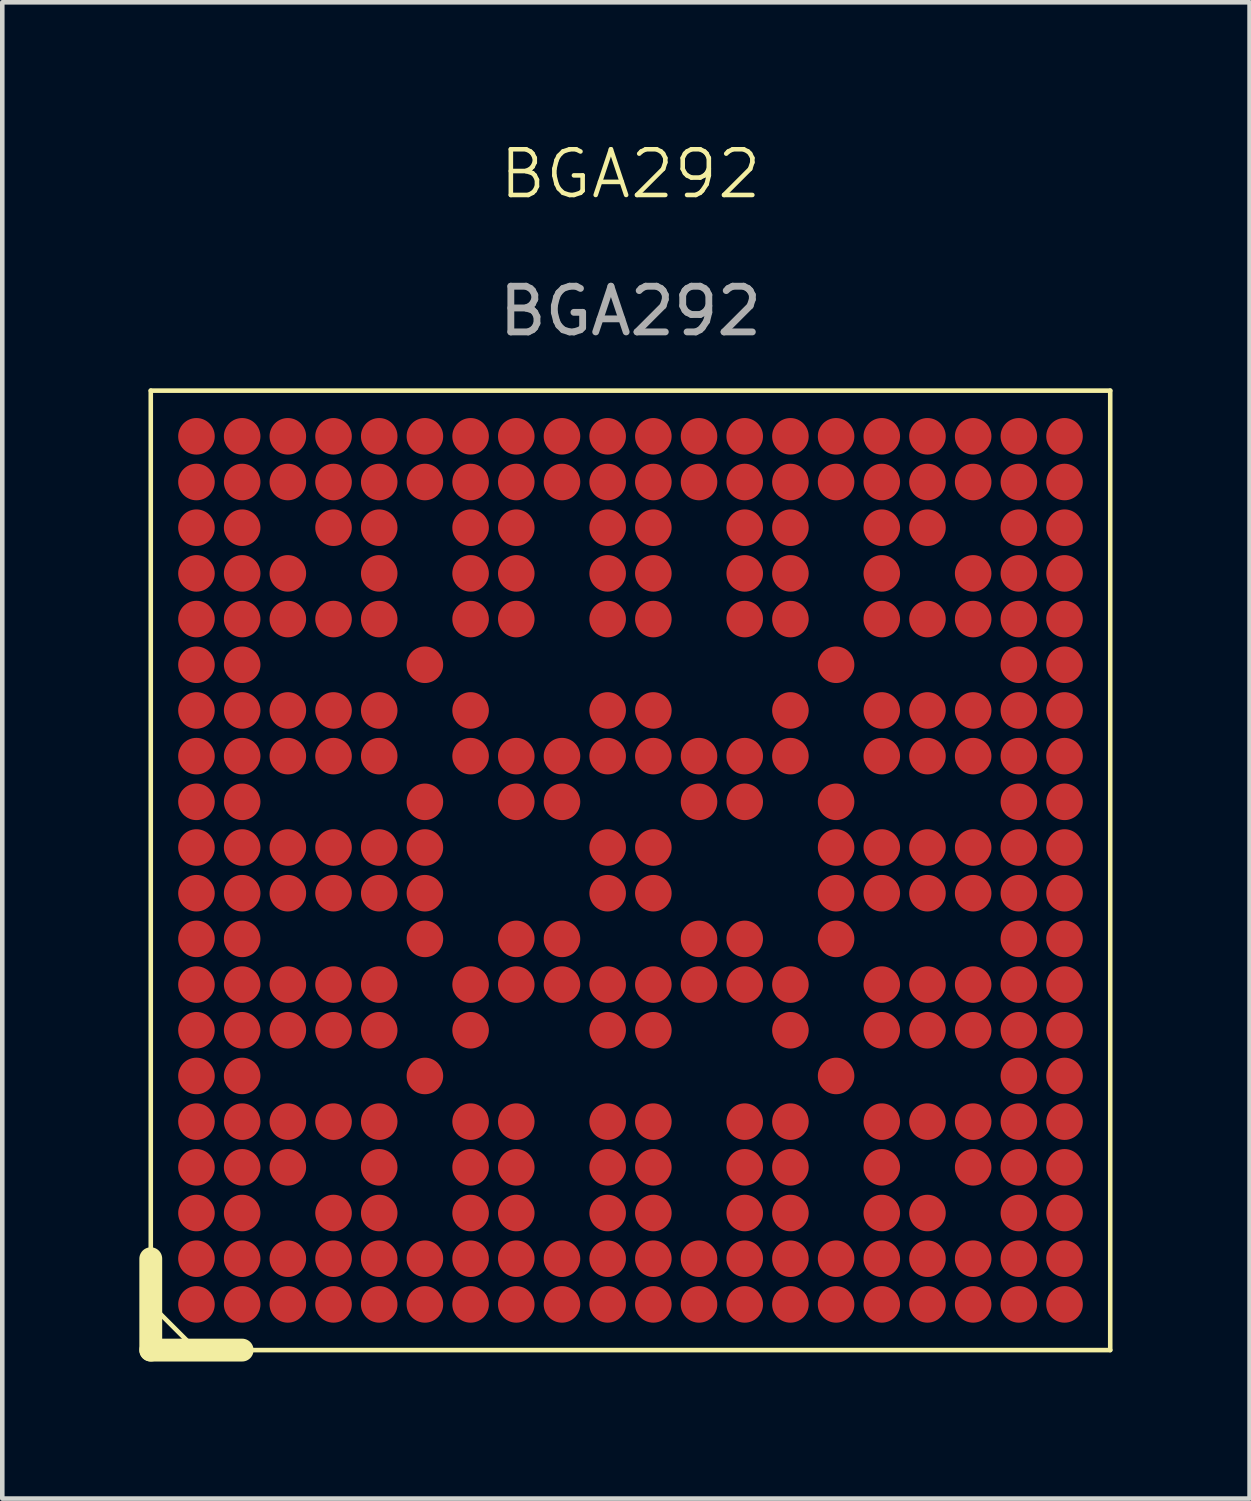
<source format=kicad_pcb>
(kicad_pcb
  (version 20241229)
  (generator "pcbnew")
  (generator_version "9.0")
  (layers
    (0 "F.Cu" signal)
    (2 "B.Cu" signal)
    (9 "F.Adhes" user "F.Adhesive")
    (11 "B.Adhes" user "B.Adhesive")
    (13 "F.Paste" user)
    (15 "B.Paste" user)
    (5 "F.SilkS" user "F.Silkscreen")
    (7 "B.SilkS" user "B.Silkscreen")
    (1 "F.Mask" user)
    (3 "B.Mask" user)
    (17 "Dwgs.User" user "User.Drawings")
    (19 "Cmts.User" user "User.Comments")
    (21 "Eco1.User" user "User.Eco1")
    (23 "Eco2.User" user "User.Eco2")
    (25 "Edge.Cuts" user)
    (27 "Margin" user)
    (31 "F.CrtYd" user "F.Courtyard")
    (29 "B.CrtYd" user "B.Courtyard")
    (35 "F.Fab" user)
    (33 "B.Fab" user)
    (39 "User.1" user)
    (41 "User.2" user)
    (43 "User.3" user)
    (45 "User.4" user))
  (footprint "BGA292"
    (layer "F.Cu")
    (at 10.75 16)
    (property "Reference" "BGA292" (at 0 -15.24 0) (unlocked yes) (layer "F.SilkS") (effects (font (size 1 1) (thickness 0.1))))
    (attr smd)
    (fp_line (start -10.5 -10.5) (end 10.5 -10.5) (stroke (width 0.1) (type default)) (layer "F.SilkS"))
    (fp_line (start -10.5 8.5) (end -10.5 10.5) (stroke (width 0.5) (type solid)) (layer "F.SilkS"))
    (fp_line (start -10.5 9.5) (end -10.5 -10.5) (stroke (width 0.1) (type default)) (layer "F.SilkS"))
    (fp_line (start -10.5 9.5) (end -9.5 10.5) (stroke (width 0.1) (type default)) (layer "F.SilkS"))
    (fp_line (start -8.5 10.5) (end -10.5 10.5) (stroke (width 0.5) (type solid)) (layer "F.SilkS"))
    (fp_line (start 10.5 -10.5) (end 10.5 10.5) (stroke (width 0.1) (type default)) (layer "F.SilkS"))
    (fp_line (start 10.5 10.5) (end -9.5 10.5) (stroke (width 0.1) (type default)) (layer "F.SilkS"))
    (fp_text user "${REFERENCE}" (at 0 -12.24 0) (unlocked yes) (layer "F.Fab") (effects (font (size 1 1) (thickness 0.15))))
    (pad "A1" smd circle (at -9.5 9.5) (size 0.8 0.8) (layers "F.Cu" "F.Mask" "F.Paste"))
    (pad "A2" smd circle (at -9.5 8.5) (size 0.8 0.8) (layers "F.Cu" "F.Mask" "F.Paste"))
    (pad "A3" smd circle (at -9.5 7.5) (size 0.8 0.8) (layers "F.Cu" "F.Mask" "F.Paste"))
    (pad "A4" smd circle (at -9.5 6.5) (size 0.8 0.8) (layers "F.Cu" "F.Mask" "F.Paste"))
    (pad "A5" smd circle (at -9.5 5.5) (size 0.8 0.8) (layers "F.Cu" "F.Mask" "F.Paste"))
    (pad "A6" smd circle (at -9.5 4.5) (size 0.8 0.8) (layers "F.Cu" "F.Mask" "F.Paste"))
    (pad "A7" smd circle (at -9.5 3.5) (size 0.8 0.8) (layers "F.Cu" "F.Mask" "F.Paste"))
    (pad "A8" smd circle (at -9.5 2.5) (size 0.8 0.8) (layers "F.Cu" "F.Mask" "F.Paste"))
    (pad "A9" smd circle (at -9.5 1.5) (size 0.8 0.8) (layers "F.Cu" "F.Mask" "F.Paste"))
    (pad "A10" smd circle (at -9.5 0.5) (size 0.8 0.8) (layers "F.Cu" "F.Mask" "F.Paste"))
    (pad "A11" smd circle (at -9.5 -0.5) (size 0.8 0.8) (layers "F.Cu" "F.Mask" "F.Paste"))
    (pad "A12" smd circle (at -9.5 -1.5) (size 0.8 0.8) (layers "F.Cu" "F.Mask" "F.Paste"))
    (pad "A13" smd circle (at -9.5 -2.5) (size 0.8 0.8) (layers "F.Cu" "F.Mask" "F.Paste"))
    (pad "A14" smd circle (at -9.5 -3.5) (size 0.8 0.8) (layers "F.Cu" "F.Mask" "F.Paste"))
    (pad "A15" smd circle (at -9.5 -4.5) (size 0.8 0.8) (layers "F.Cu" "F.Mask" "F.Paste"))
    (pad "A16" smd circle (at -9.5 -5.5) (size 0.8 0.8) (layers "F.Cu" "F.Mask" "F.Paste"))
    (pad "A17" smd circle (at -9.5 -6.5) (size 0.8 0.8) (layers "F.Cu" "F.Mask" "F.Paste"))
    (pad "A18" smd circle (at -9.5 -7.5) (size 0.8 0.8) (layers "F.Cu" "F.Mask" "F.Paste"))
    (pad "A19" smd circle (at -9.5 -8.5) (size 0.8 0.8) (layers "F.Cu" "F.Mask" "F.Paste"))
    (pad "A20" smd circle (at -9.5 -9.5) (size 0.8 0.8) (layers "F.Cu" "F.Mask" "F.Paste"))
    (pad "B1" smd circle (at -8.5 9.5) (size 0.8 0.8) (layers "F.Cu" "F.Mask" "F.Paste"))
    (pad "B2" smd circle (at -8.5 8.5) (size 0.8 0.8) (layers "F.Cu" "F.Mask" "F.Paste"))
    (pad "B3" smd circle (at -8.5 7.5) (size 0.8 0.8) (layers "F.Cu" "F.Mask" "F.Paste"))
    (pad "B4" smd circle (at -8.5 6.5) (size 0.8 0.8) (layers "F.Cu" "F.Mask" "F.Paste"))
    (pad "B5" smd circle (at -8.5 5.5) (size 0.8 0.8) (layers "F.Cu" "F.Mask" "F.Paste"))
    (pad "B6" smd circle (at -8.5 4.5) (size 0.8 0.8) (layers "F.Cu" "F.Mask" "F.Paste"))
    (pad "B7" smd circle (at -8.5 3.5) (size 0.8 0.8) (layers "F.Cu" "F.Mask" "F.Paste"))
    (pad "B8" smd circle (at -8.5 2.5) (size 0.8 0.8) (layers "F.Cu" "F.Mask" "F.Paste"))
    (pad "B9" smd circle (at -8.5 1.5) (size 0.8 0.8) (layers "F.Cu" "F.Mask" "F.Paste"))
    (pad "B10" smd circle (at -8.5 0.5) (size 0.8 0.8) (layers "F.Cu" "F.Mask" "F.Paste"))
    (pad "B11" smd circle (at -8.5 -0.5) (size 0.8 0.8) (layers "F.Cu" "F.Mask" "F.Paste"))
    (pad "B12" smd circle (at -8.5 -1.5) (size 0.8 0.8) (layers "F.Cu" "F.Mask" "F.Paste"))
    (pad "B13" smd circle (at -8.5 -2.5) (size 0.8 0.8) (layers "F.Cu" "F.Mask" "F.Paste"))
    (pad "B14" smd circle (at -8.5 -3.5) (size 0.8 0.8) (layers "F.Cu" "F.Mask" "F.Paste"))
    (pad "B15" smd circle (at -8.5 -4.5) (size 0.8 0.8) (layers "F.Cu" "F.Mask" "F.Paste"))
    (pad "B16" smd circle (at -8.5 -5.5) (size 0.8 0.8) (layers "F.Cu" "F.Mask" "F.Paste"))
    (pad "B17" smd circle (at -8.5 -6.5) (size 0.8 0.8) (layers "F.Cu" "F.Mask" "F.Paste"))
    (pad "B18" smd circle (at -8.5 -7.5) (size 0.8 0.8) (layers "F.Cu" "F.Mask" "F.Paste"))
    (pad "B19" smd circle (at -8.5 -8.5) (size 0.8 0.8) (layers "F.Cu" "F.Mask" "F.Paste"))
    (pad "B20" smd circle (at -8.5 -9.5) (size 0.8 0.8) (layers "F.Cu" "F.Mask" "F.Paste"))
    (pad "C1" smd circle (at -7.5 9.5) (size 0.8 0.8) (layers "F.Cu" "F.Mask" "F.Paste"))
    (pad "C2" smd circle (at -7.5 8.5) (size 0.8 0.8) (layers "F.Cu" "F.Mask" "F.Paste"))
    (pad "C4" smd circle (at -7.5 6.5) (size 0.8 0.8) (layers "F.Cu" "F.Mask" "F.Paste"))
    (pad "C5" smd circle (at -7.5 5.5) (size 0.8 0.8) (layers "F.Cu" "F.Mask" "F.Paste"))
    (pad "C7" smd circle (at -7.5 3.5) (size 0.8 0.8) (layers "F.Cu" "F.Mask" "F.Paste"))
    (pad "C8" smd circle (at -7.5 2.5) (size 0.8 0.8) (layers "F.Cu" "F.Mask" "F.Paste"))
    (pad "C10" smd circle (at -7.5 0.5) (size 0.8 0.8) (layers "F.Cu" "F.Mask" "F.Paste"))
    (pad "C11" smd circle (at -7.5 -0.5) (size 0.8 0.8) (layers "F.Cu" "F.Mask" "F.Paste"))
    (pad "C13" smd circle (at -7.5 -2.5) (size 0.8 0.8) (layers "F.Cu" "F.Mask" "F.Paste"))
    (pad "C14" smd circle (at -7.5 -3.5) (size 0.8 0.8) (layers "F.Cu" "F.Mask" "F.Paste"))
    (pad "C16" smd circle (at -7.5 -5.5) (size 0.8 0.8) (layers "F.Cu" "F.Mask" "F.Paste"))
    (pad "C17" smd circle (at -7.5 -6.5) (size 0.8 0.8) (layers "F.Cu" "F.Mask" "F.Paste"))
    (pad "C19" smd circle (at -7.5 -8.5) (size 0.8 0.8) (layers "F.Cu" "F.Mask" "F.Paste"))
    (pad "C20" smd circle (at -7.5 -9.5) (size 0.8 0.8) (layers "F.Cu" "F.Mask" "F.Paste"))
    (pad "D1" smd circle (at -6.5 9.5) (size 0.8 0.8) (layers "F.Cu" "F.Mask" "F.Paste"))
    (pad "D2" smd circle (at -6.5 8.5) (size 0.8 0.8) (layers "F.Cu" "F.Mask" "F.Paste"))
    (pad "D3" smd circle (at -6.5 7.5) (size 0.8 0.8) (layers "F.Cu" "F.Mask" "F.Paste"))
    (pad "D5" smd circle (at -6.5 5.5) (size 0.8 0.8) (layers "F.Cu" "F.Mask" "F.Paste"))
    (pad "D7" smd circle (at -6.5 3.5) (size 0.8 0.8) (layers "F.Cu" "F.Mask" "F.Paste"))
    (pad "D8" smd circle (at -6.5 2.5) (size 0.8 0.8) (layers "F.Cu" "F.Mask" "F.Paste"))
    (pad "D10" smd circle (at -6.5 0.5) (size 0.8 0.8) (layers "F.Cu" "F.Mask" "F.Paste"))
    (pad "D11" smd circle (at -6.5 -0.5) (size 0.8 0.8) (layers "F.Cu" "F.Mask" "F.Paste"))
    (pad "D13" smd circle (at -6.5 -2.5) (size 0.8 0.8) (layers "F.Cu" "F.Mask" "F.Paste"))
    (pad "D14" smd circle (at -6.5 -3.5) (size 0.8 0.8) (layers "F.Cu" "F.Mask" "F.Paste"))
    (pad "D16" smd circle (at -6.5 -5.5) (size 0.8 0.8) (layers "F.Cu" "F.Mask" "F.Paste"))
    (pad "D18" smd circle (at -6.5 -7.5) (size 0.8 0.8) (layers "F.Cu" "F.Mask" "F.Paste"))
    (pad "D19" smd circle (at -6.5 -8.5) (size 0.8 0.8) (layers "F.Cu" "F.Mask" "F.Paste"))
    (pad "D20" smd circle (at -6.5 -9.5) (size 0.8 0.8) (layers "F.Cu" "F.Mask" "F.Paste"))
    (pad "E1" smd circle (at -5.5 9.5) (size 0.8 0.8) (layers "F.Cu" "F.Mask" "F.Paste"))
    (pad "E2" smd circle (at -5.5 8.5) (size 0.8 0.8) (layers "F.Cu" "F.Mask" "F.Paste"))
    (pad "E3" smd circle (at -5.5 7.5) (size 0.8 0.8) (layers "F.Cu" "F.Mask" "F.Paste"))
    (pad "E4" smd circle (at -5.5 6.5) (size 0.8 0.8) (layers "F.Cu" "F.Mask" "F.Paste"))
    (pad "E5" smd circle (at -5.5 5.5) (size 0.8 0.8) (layers "F.Cu" "F.Mask" "F.Paste"))
    (pad "E7" smd circle (at -5.5 3.5) (size 0.8 0.8) (layers "F.Cu" "F.Mask" "F.Paste"))
    (pad "E8" smd circle (at -5.5 2.5) (size 0.8 0.8) (layers "F.Cu" "F.Mask" "F.Paste"))
    (pad "E10" smd circle (at -5.5 0.5) (size 0.8 0.8) (layers "F.Cu" "F.Mask" "F.Paste"))
    (pad "E11" smd circle (at -5.5 -0.5) (size 0.8 0.8) (layers "F.Cu" "F.Mask" "F.Paste"))
    (pad "E13" smd circle (at -5.5 -2.5) (size 0.8 0.8) (layers "F.Cu" "F.Mask" "F.Paste"))
    (pad "E14" smd circle (at -5.5 -3.5) (size 0.8 0.8) (layers "F.Cu" "F.Mask" "F.Paste"))
    (pad "E16" smd circle (at -5.5 -5.5) (size 0.8 0.8) (layers "F.Cu" "F.Mask" "F.Paste"))
    (pad "E17" smd circle (at -5.5 -6.5) (size 0.8 0.8) (layers "F.Cu" "F.Mask" "F.Paste"))
    (pad "E18" smd circle (at -5.5 -7.5) (size 0.8 0.8) (layers "F.Cu" "F.Mask" "F.Paste"))
    (pad "E19" smd circle (at -5.5 -8.5) (size 0.8 0.8) (layers "F.Cu" "F.Mask" "F.Paste"))
    (pad "E20" smd circle (at -5.5 -9.5) (size 0.8 0.8) (layers "F.Cu" "F.Mask" "F.Paste"))
    (pad "F1" smd circle (at -4.5 9.5) (size 0.8 0.8) (layers "F.Cu" "F.Mask" "F.Paste"))
    (pad "F2" smd circle (at -4.5 8.5) (size 0.8 0.8) (layers "F.Cu" "F.Mask" "F.Paste"))
    (pad "F6" smd circle (at -4.5 4.5) (size 0.8 0.8) (layers "F.Cu" "F.Mask" "F.Paste"))
    (pad "F9" smd circle (at -4.5 1.5) (size 0.8 0.8) (layers "F.Cu" "F.Mask" "F.Paste"))
    (pad "F10" smd circle (at -4.5 0.5) (size 0.8 0.8) (layers "F.Cu" "F.Mask" "F.Paste"))
    (pad "F11" smd circle (at -4.5 -0.5) (size 0.8 0.8) (layers "F.Cu" "F.Mask" "F.Paste"))
    (pad "F12" smd circle (at -4.5 -1.5) (size 0.8 0.8) (layers "F.Cu" "F.Mask" "F.Paste"))
    (pad "F15" smd circle (at -4.5 -4.5) (size 0.8 0.8) (layers "F.Cu" "F.Mask" "F.Paste"))
    (pad "F19" smd circle (at -4.5 -8.5) (size 0.8 0.8) (layers "F.Cu" "F.Mask" "F.Paste"))
    (pad "F20" smd circle (at -4.5 -9.5) (size 0.8 0.8) (layers "F.Cu" "F.Mask" "F.Paste"))
    (pad "G1" smd circle (at -3.5 9.5) (size 0.8 0.8) (layers "F.Cu" "F.Mask" "F.Paste"))
    (pad "G2" smd circle (at -3.5 8.5) (size 0.8 0.8) (layers "F.Cu" "F.Mask" "F.Paste"))
    (pad "G3" smd circle (at -3.5 7.5) (size 0.8 0.8) (layers "F.Cu" "F.Mask" "F.Paste"))
    (pad "G4" smd circle (at -3.5 6.5) (size 0.8 0.8) (layers "F.Cu" "F.Mask" "F.Paste"))
    (pad "G5" smd circle (at -3.5 5.5) (size 0.8 0.8) (layers "F.Cu" "F.Mask" "F.Paste"))
    (pad "G7" smd circle (at -3.5 3.5) (size 0.8 0.8) (layers "F.Cu" "F.Mask" "F.Paste"))
    (pad "G8" smd circle (at -3.5 2.5) (size 0.8 0.8) (layers "F.Cu" "F.Mask" "F.Paste"))
    (pad "G13" smd circle (at -3.5 -2.5) (size 0.8 0.8) (layers "F.Cu" "F.Mask" "F.Paste"))
    (pad "G14" smd circle (at -3.5 -3.5) (size 0.8 0.8) (layers "F.Cu" "F.Mask" "F.Paste"))
    (pad "G16" smd circle (at -3.5 -5.5) (size 0.8 0.8) (layers "F.Cu" "F.Mask" "F.Paste"))
    (pad "G17" smd circle (at -3.5 -6.5) (size 0.8 0.8) (layers "F.Cu" "F.Mask" "F.Paste"))
    (pad "G18" smd circle (at -3.5 -7.5) (size 0.8 0.8) (layers "F.Cu" "F.Mask" "F.Paste"))
    (pad "G19" smd circle (at -3.5 -8.5) (size 0.8 0.8) (layers "F.Cu" "F.Mask" "F.Paste"))
    (pad "G20" smd circle (at -3.5 -9.5) (size 0.8 0.8) (layers "F.Cu" "F.Mask" "F.Paste"))
    (pad "H1" smd circle (at -2.5 9.5) (size 0.8 0.8) (layers "F.Cu" "F.Mask" "F.Paste"))
    (pad "H2" smd circle (at -2.5 8.5) (size 0.8 0.8) (layers "F.Cu" "F.Mask" "F.Paste"))
    (pad "H3" smd circle (at -2.5 7.5) (size 0.8 0.8) (layers "F.Cu" "F.Mask" "F.Paste"))
    (pad "H4" smd circle (at -2.5 6.5) (size 0.8 0.8) (layers "F.Cu" "F.Mask" "F.Paste"))
    (pad "H5" smd circle (at -2.5 5.5) (size 0.8 0.8) (layers "F.Cu" "F.Mask" "F.Paste"))
    (pad "H8" smd circle (at -2.5 2.5) (size 0.8 0.8) (layers "F.Cu" "F.Mask" "F.Paste"))
    (pad "H9" smd circle (at -2.5 1.5) (size 0.8 0.8) (layers "F.Cu" "F.Mask" "F.Paste"))
    (pad "H12" smd circle (at -2.5 -1.5) (size 0.8 0.8) (layers "F.Cu" "F.Mask" "F.Paste"))
    (pad "H13" smd circle (at -2.5 -2.5) (size 0.8 0.8) (layers "F.Cu" "F.Mask" "F.Paste"))
    (pad "H16" smd circle (at -2.5 -5.5) (size 0.8 0.8) (layers "F.Cu" "F.Mask" "F.Paste"))
    (pad "H17" smd circle (at -2.5 -6.5) (size 0.8 0.8) (layers "F.Cu" "F.Mask" "F.Paste"))
    (pad "H18" smd circle (at -2.5 -7.5) (size 0.8 0.8) (layers "F.Cu" "F.Mask" "F.Paste"))
    (pad "H19" smd circle (at -2.5 -8.5) (size 0.8 0.8) (layers "F.Cu" "F.Mask" "F.Paste"))
    (pad "H20" smd circle (at -2.5 -9.5) (size 0.8 0.8) (layers "F.Cu" "F.Mask" "F.Paste"))
    (pad "J1" smd circle (at -1.5 9.5) (size 0.8 0.8) (layers "F.Cu" "F.Mask" "F.Paste"))
    (pad "J2" smd circle (at -1.5 8.5) (size 0.8 0.8) (layers "F.Cu" "F.Mask" "F.Paste"))
    (pad "J8" smd circle (at -1.5 2.5) (size 0.8 0.8) (layers "F.Cu" "F.Mask" "F.Paste"))
    (pad "J9" smd circle (at -1.5 1.5) (size 0.8 0.8) (layers "F.Cu" "F.Mask" "F.Paste"))
    (pad "J12" smd circle (at -1.5 -1.5) (size 0.8 0.8) (layers "F.Cu" "F.Mask" "F.Paste"))
    (pad "J13" smd circle (at -1.5 -2.5) (size 0.8 0.8) (layers "F.Cu" "F.Mask" "F.Paste"))
    (pad "J19" smd circle (at -1.5 -8.5) (size 0.8 0.8) (layers "F.Cu" "F.Mask" "F.Paste"))
    (pad "J20" smd circle (at -1.5 -9.5) (size 0.8 0.8) (layers "F.Cu" "F.Mask" "F.Paste"))
    (pad "K1" smd circle (at -0.5 9.5) (size 0.8 0.8) (layers "F.Cu" "F.Mask" "F.Paste"))
    (pad "K2" smd circle (at -0.5 8.5) (size 0.8 0.8) (layers "F.Cu" "F.Mask" "F.Paste"))
    (pad "K3" smd circle (at -0.5 7.5) (size 0.8 0.8) (layers "F.Cu" "F.Mask" "F.Paste"))
    (pad "K4" smd circle (at -0.5 6.5) (size 0.8 0.8) (layers "F.Cu" "F.Mask" "F.Paste"))
    (pad "K5" smd circle (at -0.5 5.5) (size 0.8 0.8) (layers "F.Cu" "F.Mask" "F.Paste"))
    (pad "K7" smd circle (at -0.5 3.5) (size 0.8 0.8) (layers "F.Cu" "F.Mask" "F.Paste"))
    (pad "K8" smd circle (at -0.5 2.5) (size 0.8 0.8) (layers "F.Cu" "F.Mask" "F.Paste"))
    (pad "K10" smd circle (at -0.5 0.5) (size 0.8 0.8) (layers "F.Cu" "F.Mask" "F.Paste"))
    (pad "K11" smd circle (at -0.5 -0.5) (size 0.8 0.8) (layers "F.Cu" "F.Mask" "F.Paste"))
    (pad "K13" smd circle (at -0.5 -2.5) (size 0.8 0.8) (layers "F.Cu" "F.Mask" "F.Paste"))
    (pad "K14" smd circle (at -0.5 -3.5) (size 0.8 0.8) (layers "F.Cu" "F.Mask" "F.Paste"))
    (pad "K16" smd circle (at -0.5 -5.5) (size 0.8 0.8) (layers "F.Cu" "F.Mask" "F.Paste"))
    (pad "K17" smd circle (at -0.5 -6.5) (size 0.8 0.8) (layers "F.Cu" "F.Mask" "F.Paste"))
    (pad "K18" smd circle (at -0.5 -7.5) (size 0.8 0.8) (layers "F.Cu" "F.Mask" "F.Paste"))
    (pad "K19" smd circle (at -0.5 -8.5) (size 0.8 0.8) (layers "F.Cu" "F.Mask" "F.Paste"))
    (pad "K20" smd circle (at -0.5 -9.5) (size 0.8 0.8) (layers "F.Cu" "F.Mask" "F.Paste"))
    (pad "L1" smd circle (at 0.5 9.5) (size 0.8 0.8) (layers "F.Cu" "F.Mask" "F.Paste"))
    (pad "L2" smd circle (at 0.5 8.5) (size 0.8 0.8) (layers "F.Cu" "F.Mask" "F.Paste"))
    (pad "L3" smd circle (at 0.5 7.5) (size 0.8 0.8) (layers "F.Cu" "F.Mask" "F.Paste"))
    (pad "L4" smd circle (at 0.5 6.5) (size 0.8 0.8) (layers "F.Cu" "F.Mask" "F.Paste"))
    (pad "L5" smd circle (at 0.5 5.5) (size 0.8 0.8) (layers "F.Cu" "F.Mask" "F.Paste"))
    (pad "L7" smd circle (at 0.5 3.5) (size 0.8 0.8) (layers "F.Cu" "F.Mask" "F.Paste"))
    (pad "L8" smd circle (at 0.5 2.5) (size 0.8 0.8) (layers "F.Cu" "F.Mask" "F.Paste"))
    (pad "L10" smd circle (at 0.5 0.5) (size 0.8 0.8) (layers "F.Cu" "F.Mask" "F.Paste"))
    (pad "L11" smd circle (at 0.5 -0.5) (size 0.8 0.8) (layers "F.Cu" "F.Mask" "F.Paste"))
    (pad "L13" smd circle (at 0.5 -2.5) (size 0.8 0.8) (layers "F.Cu" "F.Mask" "F.Paste"))
    (pad "L14" smd circle (at 0.5 -3.5) (size 0.8 0.8) (layers "F.Cu" "F.Mask" "F.Paste"))
    (pad "L16" smd circle (at 0.5 -5.5) (size 0.8 0.8) (layers "F.Cu" "F.Mask" "F.Paste"))
    (pad "L17" smd circle (at 0.5 -6.5) (size 0.8 0.8) (layers "F.Cu" "F.Mask" "F.Paste"))
    (pad "L18" smd circle (at 0.5 -7.5) (size 0.8 0.8) (layers "F.Cu" "F.Mask" "F.Paste"))
    (pad "L19" smd circle (at 0.5 -8.5) (size 0.8 0.8) (layers "F.Cu" "F.Mask" "F.Paste"))
    (pad "L20" smd circle (at 0.5 -9.5) (size 0.8 0.8) (layers "F.Cu" "F.Mask" "F.Paste"))
    (pad "M1" smd circle (at 1.5 9.5) (size 0.8 0.8) (layers "F.Cu" "F.Mask" "F.Paste"))
    (pad "M2" smd circle (at 1.5 8.5) (size 0.8 0.8) (layers "F.Cu" "F.Mask" "F.Paste"))
    (pad "M8" smd circle (at 1.5 2.5) (size 0.8 0.8) (layers "F.Cu" "F.Mask" "F.Paste"))
    (pad "M9" smd circle (at 1.5 1.5) (size 0.8 0.8) (layers "F.Cu" "F.Mask" "F.Paste"))
    (pad "M12" smd circle (at 1.5 -1.5) (size 0.8 0.8) (layers "F.Cu" "F.Mask" "F.Paste"))
    (pad "M13" smd circle (at 1.5 -2.5) (size 0.8 0.8) (layers "F.Cu" "F.Mask" "F.Paste"))
    (pad "M19" smd circle (at 1.5 -8.5) (size 0.8 0.8) (layers "F.Cu" "F.Mask" "F.Paste"))
    (pad "M20" smd circle (at 1.5 -9.5) (size 0.8 0.8) (layers "F.Cu" "F.Mask" "F.Paste"))
    (pad "N1" smd circle (at 2.5 9.5) (size 0.8 0.8) (layers "F.Cu" "F.Mask" "F.Paste"))
    (pad "N2" smd circle (at 2.5 8.5) (size 0.8 0.8) (layers "F.Cu" "F.Mask" "F.Paste"))
    (pad "N3" smd circle (at 2.5 7.5) (size 0.8 0.8) (layers "F.Cu" "F.Mask" "F.Paste"))
    (pad "N4" smd circle (at 2.5 6.5) (size 0.8 0.8) (layers "F.Cu" "F.Mask" "F.Paste"))
    (pad "N5" smd circle (at 2.5 5.5) (size 0.8 0.8) (layers "F.Cu" "F.Mask" "F.Paste"))
    (pad "N8" smd circle (at 2.5 2.5) (size 0.8 0.8) (layers "F.Cu" "F.Mask" "F.Paste"))
    (pad "N9" smd circle (at 2.5 1.5) (size 0.8 0.8) (layers "F.Cu" "F.Mask" "F.Paste"))
    (pad "N12" smd circle (at 2.5 -1.5) (size 0.8 0.8) (layers "F.Cu" "F.Mask" "F.Paste"))
    (pad "N13" smd circle (at 2.5 -2.5) (size 0.8 0.8) (layers "F.Cu" "F.Mask" "F.Paste"))
    (pad "N16" smd circle (at 2.5 -5.5) (size 0.8 0.8) (layers "F.Cu" "F.Mask" "F.Paste"))
    (pad "N17" smd circle (at 2.5 -6.5) (size 0.8 0.8) (layers "F.Cu" "F.Mask" "F.Paste"))
    (pad "N18" smd circle (at 2.5 -7.5) (size 0.8 0.8) (layers "F.Cu" "F.Mask" "F.Paste"))
    (pad "N19" smd circle (at 2.5 -8.5) (size 0.8 0.8) (layers "F.Cu" "F.Mask" "F.Paste"))
    (pad "N20" smd circle (at 2.5 -9.5) (size 0.8 0.8) (layers "F.Cu" "F.Mask" "F.Paste"))
    (pad "P1" smd circle (at 3.5 9.5) (size 0.8 0.8) (layers "F.Cu" "F.Mask" "F.Paste"))
    (pad "P2" smd circle (at 3.5 8.5) (size 0.8 0.8) (layers "F.Cu" "F.Mask" "F.Paste"))
    (pad "P3" smd circle (at 3.5 7.5) (size 0.8 0.8) (layers "F.Cu" "F.Mask" "F.Paste"))
    (pad "P4" smd circle (at 3.5 6.5) (size 0.8 0.8) (layers "F.Cu" "F.Mask" "F.Paste"))
    (pad "P5" smd circle (at 3.5 5.5) (size 0.8 0.8) (layers "F.Cu" "F.Mask" "F.Paste"))
    (pad "P7" smd circle (at 3.5 3.5) (size 0.8 0.8) (layers "F.Cu" "F.Mask" "F.Paste"))
    (pad "P8" smd circle (at 3.5 2.5) (size 0.8 0.8) (layers "F.Cu" "F.Mask" "F.Paste"))
    (pad "P13" smd circle (at 3.5 -2.5) (size 0.8 0.8) (layers "F.Cu" "F.Mask" "F.Paste"))
    (pad "P14" smd circle (at 3.5 -3.5) (size 0.8 0.8) (layers "F.Cu" "F.Mask" "F.Paste"))
    (pad "P16" smd circle (at 3.5 -5.5) (size 0.8 0.8) (layers "F.Cu" "F.Mask" "F.Paste"))
    (pad "P17" smd circle (at 3.5 -6.5) (size 0.8 0.8) (layers "F.Cu" "F.Mask" "F.Paste"))
    (pad "P18" smd circle (at 3.5 -7.5) (size 0.8 0.8) (layers "F.Cu" "F.Mask" "F.Paste"))
    (pad "P19" smd circle (at 3.5 -8.5) (size 0.8 0.8) (layers "F.Cu" "F.Mask" "F.Paste"))
    (pad "P20" smd circle (at 3.5 -9.5) (size 0.8 0.8) (layers "F.Cu" "F.Mask" "F.Paste"))
    (pad "R1" smd circle (at 4.5 9.5) (size 0.8 0.8) (layers "F.Cu" "F.Mask" "F.Paste"))
    (pad "R2" smd circle (at 4.5 8.5) (size 0.8 0.8) (layers "F.Cu" "F.Mask" "F.Paste"))
    (pad "R6" smd circle (at 4.5 4.5) (size 0.8 0.8) (layers "F.Cu" "F.Mask" "F.Paste"))
    (pad "R9" smd circle (at 4.5 1.5) (size 0.8 0.8) (layers "F.Cu" "F.Mask" "F.Paste"))
    (pad "R10" smd circle (at 4.5 0.5) (size 0.8 0.8) (layers "F.Cu" "F.Mask" "F.Paste"))
    (pad "R11" smd circle (at 4.5 -0.5) (size 0.8 0.8) (layers "F.Cu" "F.Mask" "F.Paste"))
    (pad "R12" smd circle (at 4.5 -1.5) (size 0.8 0.8) (layers "F.Cu" "F.Mask" "F.Paste"))
    (pad "R15" smd circle (at 4.5 -4.5) (size 0.8 0.8) (layers "F.Cu" "F.Mask" "F.Paste"))
    (pad "R19" smd circle (at 4.5 -8.5) (size 0.8 0.8) (layers "F.Cu" "F.Mask" "F.Paste"))
    (pad "R20" smd circle (at 4.5 -9.5) (size 0.8 0.8) (layers "F.Cu" "F.Mask" "F.Paste"))
    (pad "T1" smd circle (at 5.5 9.5) (size 0.8 0.8) (layers "F.Cu" "F.Mask" "F.Paste"))
    (pad "T2" smd circle (at 5.5 8.5) (size 0.8 0.8) (layers "F.Cu" "F.Mask" "F.Paste"))
    (pad "T3" smd circle (at 5.5 7.5) (size 0.8 0.8) (layers "F.Cu" "F.Mask" "F.Paste"))
    (pad "T4" smd circle (at 5.5 6.5) (size 0.8 0.8) (layers "F.Cu" "F.Mask" "F.Paste"))
    (pad "T5" smd circle (at 5.5 5.5) (size 0.8 0.8) (layers "F.Cu" "F.Mask" "F.Paste"))
    (pad "T7" smd circle (at 5.5 3.5) (size 0.8 0.8) (layers "F.Cu" "F.Mask" "F.Paste"))
    (pad "T8" smd circle (at 5.5 2.5) (size 0.8 0.8) (layers "F.Cu" "F.Mask" "F.Paste"))
    (pad "T10" smd circle (at 5.5 0.5) (size 0.8 0.8) (layers "F.Cu" "F.Mask" "F.Paste"))
    (pad "T11" smd circle (at 5.5 -0.5) (size 0.8 0.8) (layers "F.Cu" "F.Mask" "F.Paste"))
    (pad "T13" smd circle (at 5.5 -2.5) (size 0.8 0.8) (layers "F.Cu" "F.Mask" "F.Paste"))
    (pad "T14" smd circle (at 5.5 -3.5) (size 0.8 0.8) (layers "F.Cu" "F.Mask" "F.Paste"))
    (pad "T16" smd circle (at 5.5 -5.5) (size 0.8 0.8) (layers "F.Cu" "F.Mask" "F.Paste"))
    (pad "T17" smd circle (at 5.5 -6.5) (size 0.8 0.8) (layers "F.Cu" "F.Mask" "F.Paste"))
    (pad "T18" smd circle (at 5.5 -7.5) (size 0.8 0.8) (layers "F.Cu" "F.Mask" "F.Paste"))
    (pad "T19" smd circle (at 5.5 -8.5) (size 0.8 0.8) (layers "F.Cu" "F.Mask" "F.Paste"))
    (pad "T20" smd circle (at 5.5 -9.5) (size 0.8 0.8) (layers "F.Cu" "F.Mask" "F.Paste"))
    (pad "U1" smd circle (at 6.5 9.5) (size 0.8 0.8) (layers "F.Cu" "F.Mask" "F.Paste"))
    (pad "U2" smd circle (at 6.5 8.5) (size 0.8 0.8) (layers "F.Cu" "F.Mask" "F.Paste"))
    (pad "U3" smd circle (at 6.5 7.5) (size 0.8 0.8) (layers "F.Cu" "F.Mask" "F.Paste"))
    (pad "U5" smd circle (at 6.5 5.5) (size 0.8 0.8) (layers "F.Cu" "F.Mask" "F.Paste"))
    (pad "U7" smd circle (at 6.5 3.5) (size 0.8 0.8) (layers "F.Cu" "F.Mask" "F.Paste"))
    (pad "U8" smd circle (at 6.5 2.5) (size 0.8 0.8) (layers "F.Cu" "F.Mask" "F.Paste"))
    (pad "U10" smd circle (at 6.5 0.5) (size 0.8 0.8) (layers "F.Cu" "F.Mask" "F.Paste"))
    (pad "U11" smd circle (at 6.5 -0.5) (size 0.8 0.8) (layers "F.Cu" "F.Mask" "F.Paste"))
    (pad "U13" smd circle (at 6.5 -2.5) (size 0.8 0.8) (layers "F.Cu" "F.Mask" "F.Paste"))
    (pad "U14" smd circle (at 6.5 -3.5) (size 0.8 0.8) (layers "F.Cu" "F.Mask" "F.Paste"))
    (pad "U16" smd circle (at 6.5 -5.5) (size 0.8 0.8) (layers "F.Cu" "F.Mask" "F.Paste"))
    (pad "U18" smd circle (at 6.5 -7.5) (size 0.8 0.8) (layers "F.Cu" "F.Mask" "F.Paste"))
    (pad "U19" smd circle (at 6.5 -8.5) (size 0.8 0.8) (layers "F.Cu" "F.Mask" "F.Paste"))
    (pad "U20" smd circle (at 6.5 -9.5) (size 0.8 0.8) (layers "F.Cu" "F.Mask" "F.Paste"))
    (pad "V1" smd circle (at 7.5 9.5) (size 0.8 0.8) (layers "F.Cu" "F.Mask" "F.Paste"))
    (pad "V2" smd circle (at 7.5 8.5) (size 0.8 0.8) (layers "F.Cu" "F.Mask" "F.Paste"))
    (pad "V4" smd circle (at 7.5 6.5) (size 0.8 0.8) (layers "F.Cu" "F.Mask" "F.Paste"))
    (pad "V5" smd circle (at 7.5 5.5) (size 0.8 0.8) (layers "F.Cu" "F.Mask" "F.Paste"))
    (pad "V7" smd circle (at 7.5 3.5) (size 0.8 0.8) (layers "F.Cu" "F.Mask" "F.Paste"))
    (pad "V8" smd circle (at 7.5 2.5) (size 0.8 0.8) (layers "F.Cu" "F.Mask" "F.Paste"))
    (pad "V10" smd circle (at 7.5 0.5) (size 0.8 0.8) (layers "F.Cu" "F.Mask" "F.Paste"))
    (pad "V11" smd circle (at 7.5 -0.5) (size 0.8 0.8) (layers "F.Cu" "F.Mask" "F.Paste"))
    (pad "V13" smd circle (at 7.5 -2.5) (size 0.8 0.8) (layers "F.Cu" "F.Mask" "F.Paste"))
    (pad "V14" smd circle (at 7.5 -3.5) (size 0.8 0.8) (layers "F.Cu" "F.Mask" "F.Paste"))
    (pad "V16" smd circle (at 7.5 -5.5) (size 0.8 0.8) (layers "F.Cu" "F.Mask" "F.Paste"))
    (pad "V17" smd circle (at 7.5 -6.5) (size 0.8 0.8) (layers "F.Cu" "F.Mask" "F.Paste"))
    (pad "V19" smd circle (at 7.5 -8.5) (size 0.8 0.8) (layers "F.Cu" "F.Mask" "F.Paste"))
    (pad "V20" smd circle (at 7.5 -9.5) (size 0.8 0.8) (layers "F.Cu" "F.Mask" "F.Paste"))
    (pad "W1" smd circle (at 8.5 9.5) (size 0.8 0.8) (layers "F.Cu" "F.Mask" "F.Paste"))
    (pad "W2" smd circle (at 8.5 8.5) (size 0.8 0.8) (layers "F.Cu" "F.Mask" "F.Paste"))
    (pad "W3" smd circle (at 8.5 7.5) (size 0.8 0.8) (layers "F.Cu" "F.Mask" "F.Paste"))
    (pad "W4" smd circle (at 8.5 6.5) (size 0.8 0.8) (layers "F.Cu" "F.Mask" "F.Paste"))
    (pad "W5" smd circle (at 8.5 5.5) (size 0.8 0.8) (layers "F.Cu" "F.Mask" "F.Paste"))
    (pad "W6" smd circle (at 8.5 4.5) (size 0.8 0.8) (layers "F.Cu" "F.Mask" "F.Paste"))
    (pad "W7" smd circle (at 8.5 3.5) (size 0.8 0.8) (layers "F.Cu" "F.Mask" "F.Paste"))
    (pad "W8" smd circle (at 8.5 2.5) (size 0.8 0.8) (layers "F.Cu" "F.Mask" "F.Paste"))
    (pad "W9" smd circle (at 8.5 1.5) (size 0.8 0.8) (layers "F.Cu" "F.Mask" "F.Paste"))
    (pad "W10" smd circle (at 8.5 0.5) (size 0.8 0.8) (layers "F.Cu" "F.Mask" "F.Paste"))
    (pad "W11" smd circle (at 8.5 -0.5) (size 0.8 0.8) (layers "F.Cu" "F.Mask" "F.Paste"))
    (pad "W12" smd circle (at 8.5 -1.5) (size 0.8 0.8) (layers "F.Cu" "F.Mask" "F.Paste"))
    (pad "W13" smd circle (at 8.5 -2.5) (size 0.8 0.8) (layers "F.Cu" "F.Mask" "F.Paste"))
    (pad "W14" smd circle (at 8.5 -3.5) (size 0.8 0.8) (layers "F.Cu" "F.Mask" "F.Paste"))
    (pad "W15" smd circle (at 8.5 -4.5) (size 0.8 0.8) (layers "F.Cu" "F.Mask" "F.Paste"))
    (pad "W16" smd circle (at 8.5 -5.5) (size 0.8 0.8) (layers "F.Cu" "F.Mask" "F.Paste"))
    (pad "W17" smd circle (at 8.5 -6.5) (size 0.8 0.8) (layers "F.Cu" "F.Mask" "F.Paste"))
    (pad "W18" smd circle (at 8.5 -7.5) (size 0.8 0.8) (layers "F.Cu" "F.Mask" "F.Paste"))
    (pad "W19" smd circle (at 8.5 -8.5) (size 0.8 0.8) (layers "F.Cu" "F.Mask" "F.Paste"))
    (pad "W20" smd circle (at 8.5 -9.5) (size 0.8 0.8) (layers "F.Cu" "F.Mask" "F.Paste"))
    (pad "Y1" smd circle (at 9.5 9.5) (size 0.8 0.8) (layers "F.Cu" "F.Mask" "F.Paste"))
    (pad "Y2" smd circle (at 9.5 8.5) (size 0.8 0.8) (layers "F.Cu" "F.Mask" "F.Paste"))
    (pad "Y3" smd circle (at 9.5 7.5) (size 0.8 0.8) (layers "F.Cu" "F.Mask" "F.Paste"))
    (pad "Y4" smd circle (at 9.5 6.5) (size 0.8 0.8) (layers "F.Cu" "F.Mask" "F.Paste"))
    (pad "Y5" smd circle (at 9.5 5.5) (size 0.8 0.8) (layers "F.Cu" "F.Mask" "F.Paste"))
    (pad "Y6" smd circle (at 9.5 4.5) (size 0.8 0.8) (layers "F.Cu" "F.Mask" "F.Paste"))
    (pad "Y7" smd circle (at 9.5 3.5) (size 0.8 0.8) (layers "F.Cu" "F.Mask" "F.Paste"))
    (pad "Y8" smd circle (at 9.5 2.5) (size 0.8 0.8) (layers "F.Cu" "F.Mask" "F.Paste"))
    (pad "Y9" smd circle (at 9.5 1.5) (size 0.8 0.8) (layers "F.Cu" "F.Mask" "F.Paste"))
    (pad "Y10" smd circle (at 9.5 0.5) (size 0.8 0.8) (layers "F.Cu" "F.Mask" "F.Paste"))
    (pad "Y11" smd circle (at 9.5 -0.5) (size 0.8 0.8) (layers "F.Cu" "F.Mask" "F.Paste"))
    (pad "Y12" smd circle (at 9.5 -1.5) (size 0.8 0.8) (layers "F.Cu" "F.Mask" "F.Paste"))
    (pad "Y13" smd circle (at 9.5 -2.5) (size 0.8 0.8) (layers "F.Cu" "F.Mask" "F.Paste"))
    (pad "Y14" smd circle (at 9.5 -3.5) (size 0.8 0.8) (layers "F.Cu" "F.Mask" "F.Paste"))
    (pad "Y15" smd circle (at 9.5 -4.5) (size 0.8 0.8) (layers "F.Cu" "F.Mask" "F.Paste"))
    (pad "Y16" smd circle (at 9.5 -5.5) (size 0.8 0.8) (layers "F.Cu" "F.Mask" "F.Paste"))
    (pad "Y17" smd circle (at 9.5 -6.5) (size 0.8 0.8) (layers "F.Cu" "F.Mask" "F.Paste"))
    (pad "Y18" smd circle (at 9.5 -7.5) (size 0.8 0.8) (layers "F.Cu" "F.Mask" "F.Paste"))
    (pad "Y19" smd circle (at 9.5 -8.5) (size 0.8 0.8) (layers "F.Cu" "F.Mask" "F.Paste"))
    (pad "Y20" smd circle (at 9.5 -9.5) (size 0.8 0.8) (layers "F.Cu" "F.Mask" "F.Paste")))
  (gr_rect
    (start -3 -3)
    (end 24.3 29.75)
    (stroke (width 0.1) (type default))
    (fill no)
    (layer "Edge.Cuts")))
</source>
